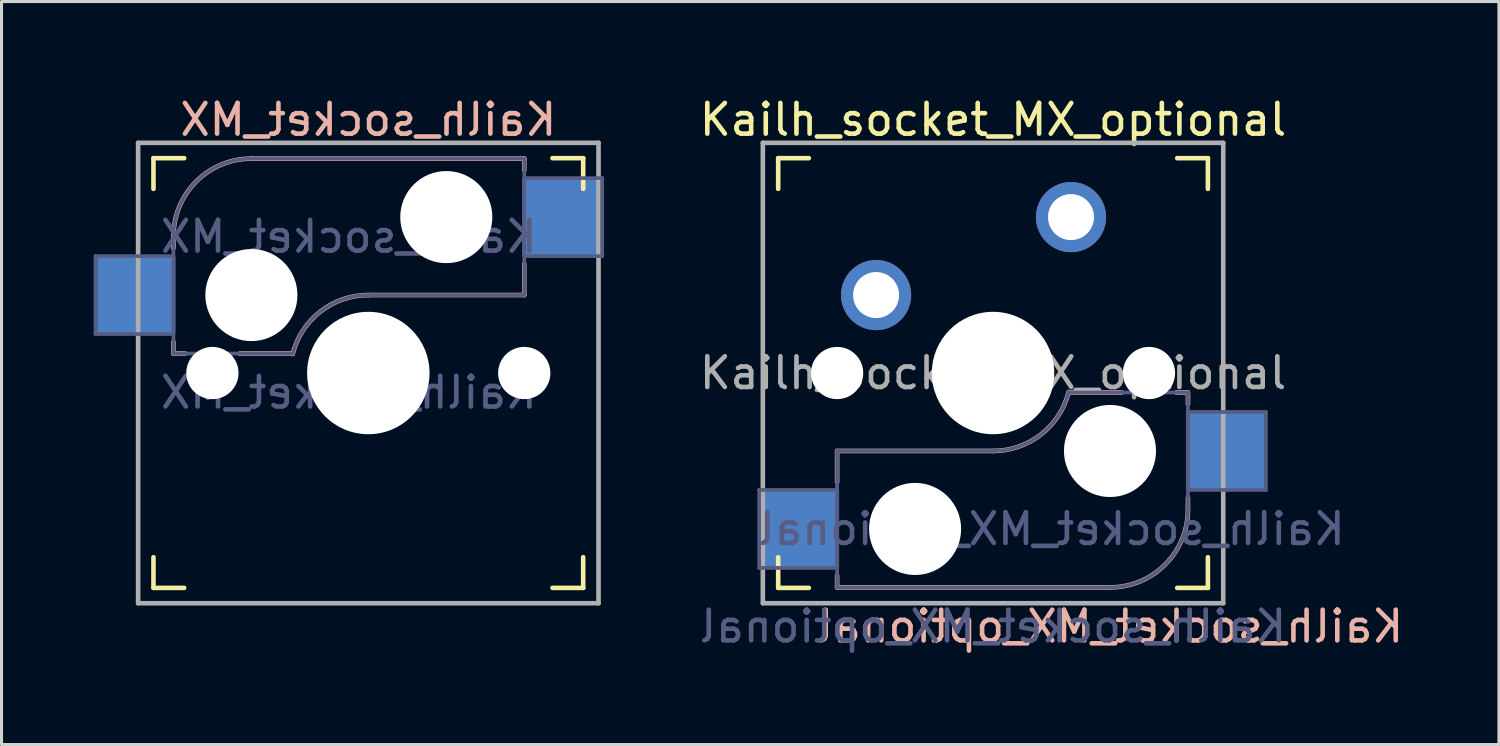
<source format=kicad_pcb>
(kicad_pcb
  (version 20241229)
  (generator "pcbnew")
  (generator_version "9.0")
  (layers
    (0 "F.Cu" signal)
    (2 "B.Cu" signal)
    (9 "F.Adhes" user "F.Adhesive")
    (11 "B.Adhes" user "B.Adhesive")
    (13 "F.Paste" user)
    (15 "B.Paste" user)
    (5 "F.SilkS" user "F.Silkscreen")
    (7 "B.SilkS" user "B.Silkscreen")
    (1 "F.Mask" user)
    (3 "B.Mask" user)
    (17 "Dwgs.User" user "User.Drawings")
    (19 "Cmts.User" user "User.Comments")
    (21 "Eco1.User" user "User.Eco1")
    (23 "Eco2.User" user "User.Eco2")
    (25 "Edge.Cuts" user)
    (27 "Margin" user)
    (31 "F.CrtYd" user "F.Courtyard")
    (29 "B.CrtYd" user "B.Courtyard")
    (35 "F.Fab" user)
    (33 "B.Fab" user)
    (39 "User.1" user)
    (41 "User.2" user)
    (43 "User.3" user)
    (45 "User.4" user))
  (footprint "Kailh_socket_MX_optional"
    (layer "F.Cu")
    (at 29.303 9.103)
    (property "Reference" "Kailh_socket_MX_optional" (at 0 -8.255 0) (layer "F.SilkS") (effects (font (size 1 1) (thickness 0.15))))
    (property "Value" "Kailh_socket_MX_optional" (at 0 8.255 0) (layer "F.Fab") (hide yes) (effects (font (size 1 1) (thickness 0.15))))
    (attr through_hole)
    (fp_line (start -7 -6) (end -7 -7) (stroke (width 0.15) (type solid)) (layer "F.SilkS"))
    (fp_line (start -7 7) (end -7 6) (stroke (width 0.15) (type solid)) (layer "F.SilkS"))
    (fp_line (start -7 7) (end -6 7) (stroke (width 0.15) (type solid)) (layer "F.SilkS"))
    (fp_line (start -6 -7) (end -7 -7) (stroke (width 0.15) (type solid)) (layer "F.SilkS"))
    (fp_line (start 6 7) (end 7 7) (stroke (width 0.15) (type solid)) (layer "F.SilkS"))
    (fp_line (start 7 -7) (end 6 -7) (stroke (width 0.15) (type solid)) (layer "F.SilkS"))
    (fp_line (start 7 -7) (end 7 -6) (stroke (width 0.15) (type solid)) (layer "F.SilkS"))
    (fp_line (start 7 6) (end 7 7) (stroke (width 0.15) (type solid)) (layer "F.SilkS"))
    (fp_line (start -5.08 2.54) (end -5.08 3.556) (stroke (width 0.15) (type solid)) (layer "B.SilkS"))
    (fp_line (start -5.08 6.604) (end -5.08 6.985) (stroke (width 0.15) (type solid)) (layer "B.SilkS"))
    (fp_line (start -5.08 6.985) (end 3.81 6.985) (stroke (width 0.15) (type solid)) (layer "B.SilkS"))
    (fp_line (start 0 2.54) (end -5.08 2.54) (stroke (width 0.15) (type solid)) (layer "B.SilkS"))
    (fp_line (start 4.191 0.635) (end 2.54 0.635) (stroke (width 0.15) (type solid)) (layer "B.SilkS"))
    (fp_line (start 6.35 0.635) (end 5.969 0.635) (stroke (width 0.15) (type solid)) (layer "B.SilkS"))
    (fp_line (start 6.35 1.016) (end 6.35 0.635) (stroke (width 0.15) (type solid)) (layer "B.SilkS"))
    (fp_line (start 6.35 4.445) (end 6.35 4.064) (stroke (width 0.15) (type solid)) (layer "B.SilkS"))
    (fp_arc (start 2.464162 0.61604) (mid 1.563147 2.002042) (end 0 2.54) (stroke (width 0.15) (type solid)) (layer "B.SilkS"))
    (fp_arc (start 6.35 4.445) (mid 5.606051 6.241051) (end 3.81 6.985) (stroke (width 0.15) (type solid)) (layer "B.SilkS"))
    (fp_line (start -6.9 6.9) (end -6.9 -6.9) (stroke (width 0.15) (type solid)) (layer "Eco2.User"))
    (fp_line (start -6.9 6.9) (end 6.9 6.9) (stroke (width 0.15) (type solid)) (layer "Eco2.User"))
    (fp_line (start 6.9 -6.9) (end -6.9 -6.9) (stroke (width 0.15) (type solid)) (layer "Eco2.User"))
    (fp_line (start 6.9 -6.9) (end 6.9 6.9) (stroke (width 0.15) (type solid)) (layer "Eco2.User"))
    (fp_line (start -7.62 3.81) (end -7.62 6.35) (stroke (width 0.12) (type solid)) (layer "B.Fab"))
    (fp_line (start -7.62 6.35) (end -5.08 6.35) (stroke (width 0.12) (type solid)) (layer "B.Fab"))
    (fp_line (start -5.08 2.54) (end -5.08 6.985) (stroke (width 0.12) (type solid)) (layer "B.Fab"))
    (fp_line (start -5.08 3.81) (end -7.62 3.81) (stroke (width 0.12) (type solid)) (layer "B.Fab"))
    (fp_line (start -5.08 6.985) (end 3.81 6.985) (stroke (width 0.12) (type solid)) (layer "B.Fab"))
    (fp_line (start 0 2.54) (end -5.08 2.54) (stroke (width 0.12) (type solid)) (layer "B.Fab"))
    (fp_line (start 6.35 0.635) (end 2.54 0.635) (stroke (width 0.12) (type solid)) (layer "B.Fab"))
    (fp_line (start 6.35 3.81) (end 8.89 3.81) (stroke (width 0.12) (type solid)) (layer "B.Fab"))
    (fp_line (start 6.35 4.445) (end 6.35 0.635) (stroke (width 0.12) (type solid)) (layer "B.Fab"))
    (fp_line (start 8.89 1.27) (end 6.35 1.27) (stroke (width 0.12) (type solid)) (layer "B.Fab"))
    (fp_line (start 8.89 3.81) (end 8.89 1.27) (stroke (width 0.12) (type solid)) (layer "B.Fab"))
    (fp_arc (start 2.464162 0.61604) (mid 1.563147 2.002042) (end 0 2.54) (stroke (width 0.12) (type solid)) (layer "B.Fab"))
    (fp_arc (start 6.35 4.445) (mid 5.606051 6.241051) (end 3.81 6.985) (stroke (width 0.12) (type solid)) (layer "B.Fab"))
    (fp_line (start -7.5 -7.5) (end 7.5 -7.5) (stroke (width 0.15) (type solid)) (layer "F.Fab"))
    (fp_line (start -7.5 7.5) (end -7.5 -7.5) (stroke (width 0.15) (type solid)) (layer "F.Fab"))
    (fp_line (start 7.5 -7.5) (end 7.5 7.5) (stroke (width 0.15) (type solid)) (layer "F.Fab"))
    (fp_line (start 7.5 7.5) (end -7.5 7.5) (stroke (width 0.15) (type solid)) (layer "F.Fab"))
    (fp_text user "${REFERENCE}" (at 3.81 8.255 0) (layer "B.SilkS") (effects (font (size 1 1) (thickness 0.15)) (justify mirror)))
    (fp_text user "${REFERENCE}" (at 1.905 5.08 0) (layer "B.Fab") (effects (font (size 1 1) (thickness 0.15)) (justify mirror)))
    (fp_text user "${VALUE}" (at 0 8.255 0) (layer "B.Fab") (effects (font (size 1 1) (thickness 0.15)) (justify mirror)))
    (fp_text user "${REFERENCE}" (at 0 0 0) (layer "F.Fab") (effects (font (size 1 1) (thickness 0.15))))
    (pad "" np_thru_hole circle (at -5.08 0) (size 1.702 1.702) (drill 1.702) (layers "*.Cu" "*.Mask"))
    (pad "" np_thru_hole circle (at -2.54 5.08) (size 3 3) (drill 3) (layers "*.Cu" "*.Mask"))
    (pad "" np_thru_hole circle (at 0 0) (size 3.988 3.988) (drill 3.988) (layers "*.Cu" "*.Mask"))
    (pad "" np_thru_hole circle (at 3.81 2.54) (size 3 3) (drill 3) (layers "*.Cu" "*.Mask"))
    (pad "" np_thru_hole circle (at 5.08 0) (size 1.702 1.702) (drill 1.702) (layers "*.Cu" "*.Mask"))
    (pad "1" smd rect (at -6.29 5.08) (size 2.55 2.5) (layers "B.Cu" "B.Mask" "B.Paste"))
    (pad "1" thru_hole circle (at 2.54 -5.08) (size 2.286 2.286) (drill 1.499) (layers "*.Cu" "*.Mask"))
    (pad "2" thru_hole circle (at -3.81 -2.54) (size 2.286 2.286) (drill 1.499) (layers "*.Cu" "*.Mask"))
    (pad "2" smd rect (at 7.56 2.54) (size 2.55 2.5) (layers "B.Cu" "B.Mask" "B.Paste")))
  (footprint "Kailh_socket_MX"
    (layer "F.Cu")
    (at 8.95 9.103)
    (property "Reference" "Kailh_socket_MX" (at 0 -8.255 0) (layer "B.SilkS") (effects (font (size 1 1) (thickness 0.15)) (justify mirror)))
    (property "Value" "Kailh_socket_MX" (at 0 8.255 0) (layer "F.Fab") (hide yes) (effects (font (size 1 1) (thickness 0.15))))
    (attr smd)
    (fp_line (start -7 -6) (end -7 -7) (stroke (width 0.15) (type solid)) (layer "F.SilkS"))
    (fp_line (start -7 7) (end -7 6) (stroke (width 0.15) (type solid)) (layer "F.SilkS"))
    (fp_line (start -7 7) (end -6 7) (stroke (width 0.15) (type solid)) (layer "F.SilkS"))
    (fp_line (start -6 -7) (end -7 -7) (stroke (width 0.15) (type solid)) (layer "F.SilkS"))
    (fp_line (start 6 7) (end 7 7) (stroke (width 0.15) (type solid)) (layer "F.SilkS"))
    (fp_line (start 7 -7) (end 6 -7) (stroke (width 0.15) (type solid)) (layer "F.SilkS"))
    (fp_line (start 7 -7) (end 7 -6) (stroke (width 0.15) (type solid)) (layer "F.SilkS"))
    (fp_line (start 7 6) (end 7 7) (stroke (width 0.15) (type solid)) (layer "F.SilkS"))
    (fp_line (start -6.35 -4.445) (end -6.35 -4.064) (stroke (width 0.15) (type solid)) (layer "B.SilkS"))
    (fp_line (start -6.35 -1.016) (end -6.35 -0.635) (stroke (width 0.15) (type solid)) (layer "B.SilkS"))
    (fp_line (start -5.969 -0.635) (end -6.35 -0.635) (stroke (width 0.15) (type solid)) (layer "B.SilkS"))
    (fp_line (start -3.81 -6.985) (end 5.08 -6.985) (stroke (width 0.15) (type solid)) (layer "B.SilkS"))
    (fp_line (start -2.464 -0.635) (end -4.191 -0.635) (stroke (width 0.15) (type solid)) (layer "B.SilkS"))
    (fp_line (start 5.08 -6.985) (end 5.08 -6.604) (stroke (width 0.15) (type solid)) (layer "B.SilkS"))
    (fp_line (start 5.08 -3.556) (end 5.08 -2.54) (stroke (width 0.15) (type solid)) (layer "B.SilkS"))
    (fp_line (start 5.08 -2.54) (end 0 -2.54) (stroke (width 0.15) (type solid)) (layer "B.SilkS"))
    (fp_arc (start -6.35 -4.445) (mid -5.606051 -6.241051) (end -3.81 -6.985) (stroke (width 0.15) (type solid)) (layer "B.SilkS"))
    (fp_arc (start -2.464162 -0.61604) (mid -1.563147 -2.002042) (end 0 -2.54) (stroke (width 0.15) (type solid)) (layer "B.SilkS"))
    (fp_line (start -6.9 6.9) (end -6.9 -6.9) (stroke (width 0.15) (type solid)) (layer "Eco2.User"))
    (fp_line (start -6.9 6.9) (end 6.9 6.9) (stroke (width 0.15) (type solid)) (layer "Eco2.User"))
    (fp_line (start 6.9 -6.9) (end -6.9 -6.9) (stroke (width 0.15) (type solid)) (layer "Eco2.User"))
    (fp_line (start 6.9 -6.9) (end 6.9 6.9) (stroke (width 0.15) (type solid)) (layer "Eco2.User"))
    (fp_line (start -8.89 -3.81) (end -6.35 -3.81) (stroke (width 0.12) (type solid)) (layer "B.Fab"))
    (fp_line (start -8.89 -1.27) (end -8.89 -3.81) (stroke (width 0.12) (type solid)) (layer "B.Fab"))
    (fp_line (start -6.35 -1.27) (end -8.89 -1.27) (stroke (width 0.12) (type solid)) (layer "B.Fab"))
    (fp_line (start -6.35 -0.635) (end -6.35 -4.445) (stroke (width 0.12) (type solid)) (layer "B.Fab"))
    (fp_line (start -6.35 -0.635) (end -2.54 -0.635) (stroke (width 0.12) (type solid)) (layer "B.Fab"))
    (fp_line (start -3.81 -6.985) (end 5.08 -6.985) (stroke (width 0.12) (type solid)) (layer "B.Fab"))
    (fp_line (start 5.08 -6.985) (end 5.08 -2.54) (stroke (width 0.12) (type solid)) (layer "B.Fab"))
    (fp_line (start 5.08 -6.35) (end 7.62 -6.35) (stroke (width 0.12) (type solid)) (layer "B.Fab"))
    (fp_line (start 5.08 -2.54) (end 0 -2.54) (stroke (width 0.12) (type solid)) (layer "B.Fab"))
    (fp_line (start 7.62 -6.35) (end 7.62 -3.81) (stroke (width 0.12) (type solid)) (layer "B.Fab"))
    (fp_line (start 7.62 -3.81) (end 5.08 -3.81) (stroke (width 0.12) (type solid)) (layer "B.Fab"))
    (fp_arc (start -6.35 -4.445) (mid -5.606051 -6.241051) (end -3.81 -6.985) (stroke (width 0.12) (type solid)) (layer "B.Fab"))
    (fp_arc (start -2.464162 -0.61604) (mid -1.563147 -2.002042) (end 0 -2.54) (stroke (width 0.12) (type solid)) (layer "B.Fab"))
    (fp_line (start -7.5 -7.5) (end 7.5 -7.5) (stroke (width 0.15) (type solid)) (layer "F.Fab"))
    (fp_line (start -7.5 7.5) (end -7.5 -7.5) (stroke (width 0.15) (type solid)) (layer "F.Fab"))
    (fp_line (start 7.5 -7.5) (end 7.5 7.5) (stroke (width 0.15) (type solid)) (layer "F.Fab"))
    (fp_line (start 7.5 7.5) (end -7.5 7.5) (stroke (width 0.15) (type solid)) (layer "F.Fab"))
    (fp_text user "${VALUE}" (at -0.635 0.635 0) (layer "B.Fab") (effects (font (size 1 1) (thickness 0.15)) (justify mirror)))
    (fp_text user "${REFERENCE}" (at -0.635 -4.445 0) (layer "B.Fab") (effects (font (size 1 1) (thickness 0.15)) (justify mirror)))
    (pad "" np_thru_hole circle (at -5.08 0) (size 1.702 1.702) (drill 1.702) (layers "*.Cu" "*.Mask"))
    (pad "" np_thru_hole circle (at -3.81 -2.54) (size 3 3) (drill 3) (layers "*.Cu" "*.Mask"))
    (pad "" np_thru_hole circle (at 0 0) (size 3.988 3.988) (drill 3.988) (layers "*.Cu" "*.Mask"))
    (pad "" np_thru_hole circle (at 2.54 -5.08) (size 3 3) (drill 3) (layers "*.Cu" "*.Mask"))
    (pad "" np_thru_hole circle (at 5.08 0) (size 1.702 1.702) (drill 1.702) (layers "*.Cu" "*.Mask"))
    (pad "1" smd rect (at 6.29 -5.08) (size 2.55 2.5) (layers "B.Cu" "B.Mask" "B.Paste"))
    (pad "2" smd rect (at -7.56 -2.54) (size 2.55 2.5) (layers "B.Cu" "B.Mask" "B.Paste")))
  (gr_rect
    (start -3 -3)
    (end 45.785 21.206)
    (stroke (width 0.1) (type default))
    (fill no)
    (layer "Edge.Cuts")))
</source>
